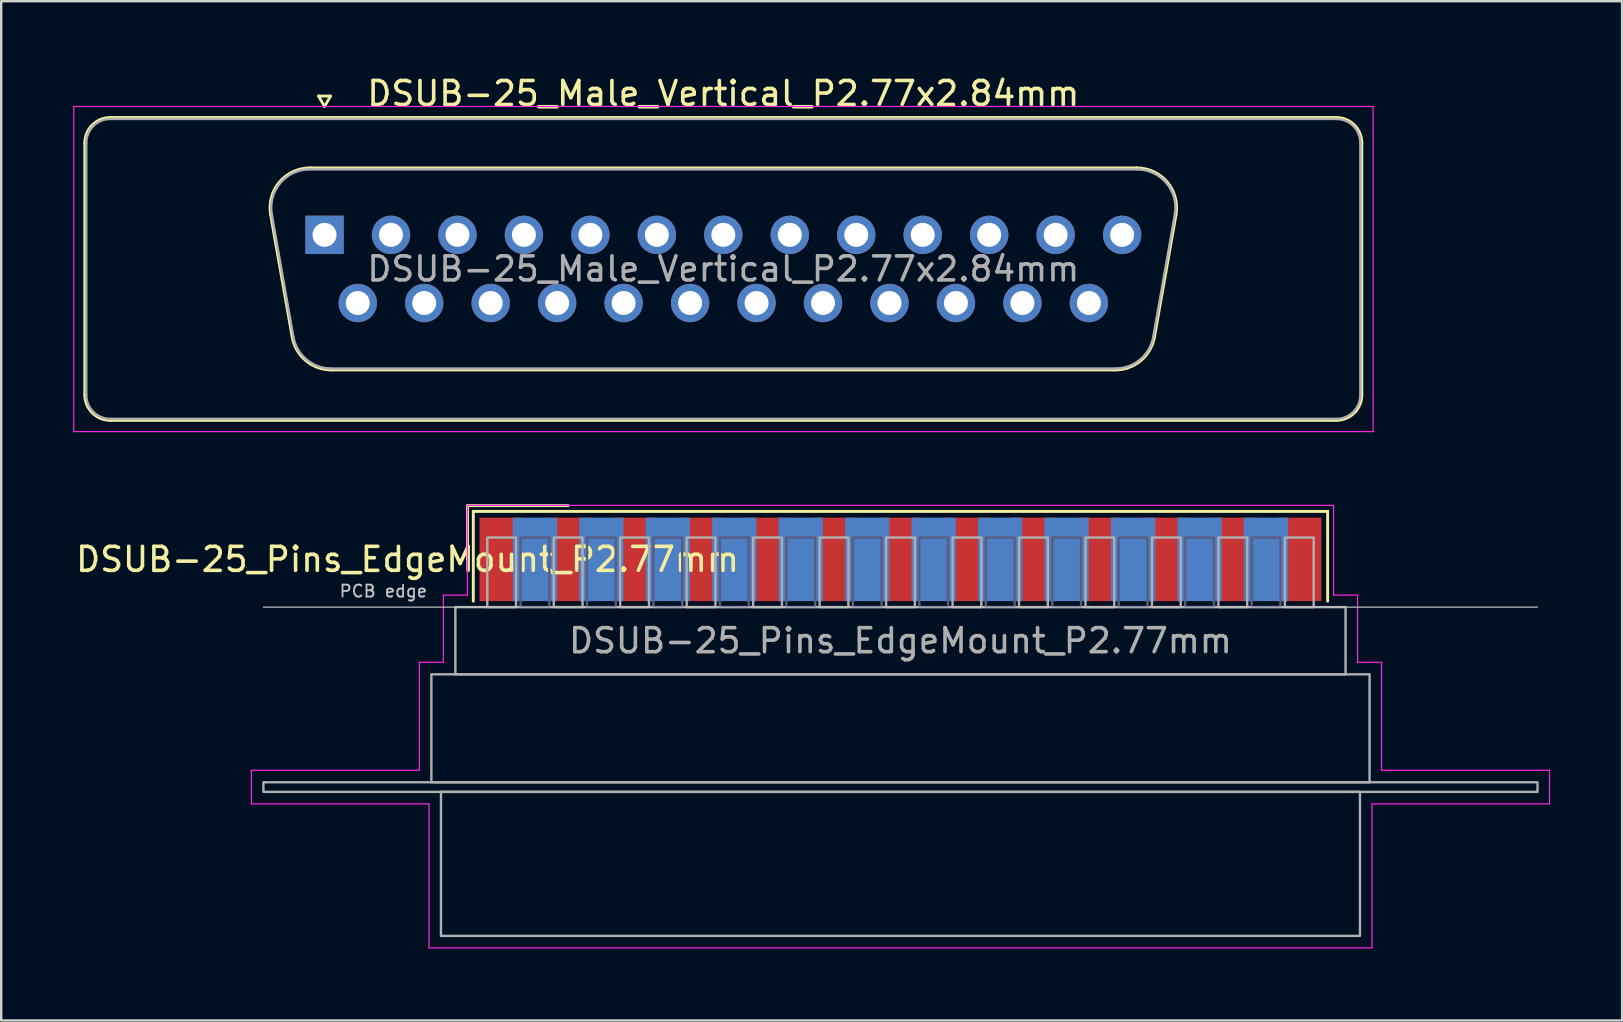
<source format=kicad_pcb>
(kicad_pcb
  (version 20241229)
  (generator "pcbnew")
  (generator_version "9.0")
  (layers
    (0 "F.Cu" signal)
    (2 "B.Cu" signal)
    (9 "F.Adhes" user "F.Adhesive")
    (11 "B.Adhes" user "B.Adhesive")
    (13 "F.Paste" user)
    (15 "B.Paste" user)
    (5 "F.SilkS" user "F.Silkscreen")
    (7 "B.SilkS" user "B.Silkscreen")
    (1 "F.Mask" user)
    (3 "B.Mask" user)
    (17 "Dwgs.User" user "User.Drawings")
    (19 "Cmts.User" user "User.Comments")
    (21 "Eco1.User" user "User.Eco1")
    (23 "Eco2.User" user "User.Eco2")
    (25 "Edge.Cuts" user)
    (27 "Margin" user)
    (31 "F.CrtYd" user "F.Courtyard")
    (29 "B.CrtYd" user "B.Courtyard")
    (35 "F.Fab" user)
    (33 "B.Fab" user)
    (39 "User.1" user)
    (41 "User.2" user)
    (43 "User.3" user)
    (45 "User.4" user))
  (footprint "DSUB-25_Male_Vertical_P2.77x2.84mm"
    (layer "F.Cu")
    (at 10.475 6.738)
    (property "Reference" "DSUB-25_Male_Vertical_P2.77x2.84mm" (at 16.62 -5.89 0) (layer "F.SilkS") (effects (font (size 1 1) (thickness 0.15))))
    (attr through_hole)
    (fp_line (start -9.99 6.67) (end -9.99 -3.83) (stroke (width 0.12) (type solid)) (layer "F.SilkS"))
    (fp_line (start -8.93 -4.89) (end 42.17 -4.89) (stroke (width 0.12) (type solid)) (layer "F.SilkS"))
    (fp_line (start -2.246 -0.842) (end -1.347 4.258) (stroke (width 0.12) (type solid)) (layer "F.SilkS"))
    (fp_line (start -0.612 -2.79) (end 33.852 -2.79) (stroke (width 0.12) (type solid)) (layer "F.SilkS"))
    (fp_line (start -0.25 -5.784) (end 0.25 -5.784) (stroke (width 0.12) (type solid)) (layer "F.SilkS"))
    (fp_line (start 0 -5.351) (end -0.25 -5.784) (stroke (width 0.12) (type solid)) (layer "F.SilkS"))
    (fp_line (start 0.25 -5.784) (end 0 -5.351) (stroke (width 0.12) (type solid)) (layer "F.SilkS"))
    (fp_line (start 0.288 5.63) (end 32.952 5.63) (stroke (width 0.12) (type solid)) (layer "F.SilkS"))
    (fp_line (start 35.486 -0.842) (end 34.587 4.258) (stroke (width 0.12) (type solid)) (layer "F.SilkS"))
    (fp_line (start 42.17 7.73) (end -8.93 7.73) (stroke (width 0.12) (type solid)) (layer "F.SilkS"))
    (fp_line (start 43.23 -3.83) (end 43.23 6.67) (stroke (width 0.12) (type solid)) (layer "F.SilkS"))
    (fp_arc (start -9.99 -3.83) (mid -9.679533 -4.579533) (end -8.93 -4.89) (stroke (width 0.12) (type solid)) (layer "F.SilkS"))
    (fp_arc (start -8.93 7.73) (mid -9.679533 7.419533) (end -9.99 6.67) (stroke (width 0.12) (type solid)) (layer "F.SilkS"))
    (fp_arc (start -2.24647 -0.841744) (mid -1.883323 -2.197028) (end -0.611689 -2.79) (stroke (width 0.12) (type solid)) (layer "F.SilkS"))
    (fp_arc (start 0.287579 5.63) (mid -0.779448 5.241634) (end -1.347202 4.258256) (stroke (width 0.12) (type solid)) (layer "F.SilkS"))
    (fp_arc (start 33.851689 -2.79) (mid 35.123323 -2.197027) (end 35.48647 -0.841744) (stroke (width 0.12) (type solid)) (layer "F.SilkS"))
    (fp_arc (start 34.587202 4.258256) (mid 34.019449 5.241634) (end 32.952421 5.63) (stroke (width 0.12) (type solid)) (layer "F.SilkS"))
    (fp_arc (start 42.17 -4.89) (mid 42.919533 -4.579533) (end 43.23 -3.83) (stroke (width 0.12) (type solid)) (layer "F.SilkS"))
    (fp_arc (start 43.23 6.67) (mid 42.919533 7.419533) (end 42.17 7.73) (stroke (width 0.12) (type solid)) (layer "F.SilkS"))
    (fp_line (start -10.45 -5.35) (end -10.45 8.2) (stroke (width 0.05) (type solid)) (layer "F.CrtYd"))
    (fp_line (start -10.45 8.2) (end 43.7 8.2) (stroke (width 0.05) (type solid)) (layer "F.CrtYd"))
    (fp_line (start 43.7 -5.35) (end -10.45 -5.35) (stroke (width 0.05) (type solid)) (layer "F.CrtYd"))
    (fp_line (start 43.7 8.2) (end 43.7 -5.35) (stroke (width 0.05) (type solid)) (layer "F.CrtYd"))
    (fp_line (start -9.93 6.67) (end -9.93 -3.83) (stroke (width 0.1) (type solid)) (layer "F.Fab"))
    (fp_line (start -8.93 -4.83) (end 42.17 -4.83) (stroke (width 0.1) (type solid)) (layer "F.Fab"))
    (fp_line (start -2.199 -0.852) (end -1.3 4.248) (stroke (width 0.1) (type solid)) (layer "F.Fab"))
    (fp_line (start -0.623 -2.73) (end 33.863 -2.73) (stroke (width 0.1) (type solid)) (layer "F.Fab"))
    (fp_line (start 0.276 5.57) (end 32.964 5.57) (stroke (width 0.1) (type solid)) (layer "F.Fab"))
    (fp_line (start 35.439 -0.852) (end 34.54 4.248) (stroke (width 0.1) (type solid)) (layer "F.Fab"))
    (fp_line (start 42.17 7.67) (end -8.93 7.67) (stroke (width 0.1) (type solid)) (layer "F.Fab"))
    (fp_line (start 43.17 -3.83) (end 43.17 6.67) (stroke (width 0.1) (type solid)) (layer "F.Fab"))
    (fp_arc (start -9.93 -3.83) (mid -9.637107 -4.537107) (end -8.93 -4.83) (stroke (width 0.1) (type solid)) (layer "F.Fab"))
    (fp_arc (start -8.93 7.67) (mid -9.637107 7.377107) (end -9.93 6.67) (stroke (width 0.1) (type solid)) (layer "F.Fab"))
    (fp_arc (start -2.198886 -0.852163) (mid -1.848865 -2.15846) (end -0.623194 -2.73) (stroke (width 0.1) (type solid)) (layer "F.Fab"))
    (fp_arc (start 0.276073 5.57) (mid -0.752387 5.195671) (end -1.299619 4.247837) (stroke (width 0.1) (type solid)) (layer "F.Fab"))
    (fp_arc (start 33.863194 -2.73) (mid 35.088865 -2.15846) (end 35.438886 -0.852163) (stroke (width 0.1) (type solid)) (layer "F.Fab"))
    (fp_arc (start 34.539619 4.247837) (mid 33.992387 5.195671) (end 32.963927 5.57) (stroke (width 0.1) (type solid)) (layer "F.Fab"))
    (fp_arc (start 42.17 -4.83) (mid 42.877107 -4.537107) (end 43.17 -3.83) (stroke (width 0.1) (type solid)) (layer "F.Fab"))
    (fp_arc (start 43.17 6.67) (mid 42.877107 7.377107) (end 42.17 7.67) (stroke (width 0.1) (type solid)) (layer "F.Fab"))
    (fp_text user "${REFERENCE}" (at 16.62 1.42 0) (layer "F.Fab") (effects (font (size 1 1) (thickness 0.15))))
    (pad "1" thru_hole rect (at 0 0) (size 1.6 1.6) (drill 1) (layers "*.Cu" "*.Mask"))
    (pad "2" thru_hole circle (at 2.77 0) (size 1.6 1.6) (drill 1) (layers "*.Cu" "*.Mask"))
    (pad "3" thru_hole circle (at 5.54 0) (size 1.6 1.6) (drill 1) (layers "*.Cu" "*.Mask"))
    (pad "4" thru_hole circle (at 8.31 0) (size 1.6 1.6) (drill 1) (layers "*.Cu" "*.Mask"))
    (pad "5" thru_hole circle (at 11.08 0) (size 1.6 1.6) (drill 1) (layers "*.Cu" "*.Mask"))
    (pad "6" thru_hole circle (at 13.85 0) (size 1.6 1.6) (drill 1) (layers "*.Cu" "*.Mask"))
    (pad "7" thru_hole circle (at 16.62 0) (size 1.6 1.6) (drill 1) (layers "*.Cu" "*.Mask"))
    (pad "8" thru_hole circle (at 19.39 0) (size 1.6 1.6) (drill 1) (layers "*.Cu" "*.Mask"))
    (pad "9" thru_hole circle (at 22.16 0) (size 1.6 1.6) (drill 1) (layers "*.Cu" "*.Mask"))
    (pad "10" thru_hole circle (at 24.93 0) (size 1.6 1.6) (drill 1) (layers "*.Cu" "*.Mask"))
    (pad "11" thru_hole circle (at 27.7 0) (size 1.6 1.6) (drill 1) (layers "*.Cu" "*.Mask"))
    (pad "12" thru_hole circle (at 30.47 0) (size 1.6 1.6) (drill 1) (layers "*.Cu" "*.Mask"))
    (pad "13" thru_hole circle (at 33.24 0) (size 1.6 1.6) (drill 1) (layers "*.Cu" "*.Mask"))
    (pad "14" thru_hole circle (at 1.385 2.84) (size 1.6 1.6) (drill 1) (layers "*.Cu" "*.Mask"))
    (pad "15" thru_hole circle (at 4.155 2.84) (size 1.6 1.6) (drill 1) (layers "*.Cu" "*.Mask"))
    (pad "16" thru_hole circle (at 6.925 2.84) (size 1.6 1.6) (drill 1) (layers "*.Cu" "*.Mask"))
    (pad "17" thru_hole circle (at 9.695 2.84) (size 1.6 1.6) (drill 1) (layers "*.Cu" "*.Mask"))
    (pad "18" thru_hole circle (at 12.465 2.84) (size 1.6 1.6) (drill 1) (layers "*.Cu" "*.Mask"))
    (pad "19" thru_hole circle (at 15.235 2.84) (size 1.6 1.6) (drill 1) (layers "*.Cu" "*.Mask"))
    (pad "20" thru_hole circle (at 18.005 2.84) (size 1.6 1.6) (drill 1) (layers "*.Cu" "*.Mask"))
    (pad "21" thru_hole circle (at 20.775 2.84) (size 1.6 1.6) (drill 1) (layers "*.Cu" "*.Mask"))
    (pad "22" thru_hole circle (at 23.545 2.84) (size 1.6 1.6) (drill 1) (layers "*.Cu" "*.Mask"))
    (pad "23" thru_hole circle (at 26.315 2.84) (size 1.6 1.6) (drill 1) (layers "*.Cu" "*.Mask"))
    (pad "24" thru_hole circle (at 29.085 2.84) (size 1.6 1.6) (drill 1) (layers "*.Cu" "*.Mask"))
    (pad "25" thru_hole circle (at 31.855 2.84) (size 1.6 1.6) (drill 1) (layers "*.Cu" "*.Mask")))
  (footprint "DSUB-25_Pins_EdgeMount_P2.77mm"
    (layer "F.Cu")
    (at 34.478 20.263)
    (property "Reference" "DSUB-25_Pins_EdgeMount_P2.77mm" (at -20.543 0 0) (layer "F.SilkS") (effects (font (size 1 1) (thickness 0.15))))
    (attr smd)
    (fp_line (start -18.043 -2.24) (end -13.85 -2.24) (stroke (width 0.12) (type solid)) (layer "F.SilkS"))
    (fp_line (start -18.043 0) (end -18.043 -2.24) (stroke (width 0.12) (type solid)) (layer "F.SilkS"))
    (fp_line (start -17.803 -2) (end -17.803 1.74) (stroke (width 0.12) (type solid)) (layer "F.SilkS"))
    (fp_line (start 17.803 -2) (end -17.803 -2) (stroke (width 0.12) (type solid)) (layer "F.SilkS"))
    (fp_line (start 17.803 1.74) (end 17.803 -2) (stroke (width 0.12) (type solid)) (layer "F.SilkS"))
    (fp_line (start -26.55 1.99) (end 26.55 1.99) (stroke (width 0.05) (type solid)) (layer "Dwgs.User"))
    (fp_line (start -27.05 8.79) (end -20.05 8.79) (stroke (width 0.05) (type solid)) (layer "F.CrtYd"))
    (fp_line (start -27.05 10.19) (end -27.05 8.79) (stroke (width 0.05) (type solid)) (layer "F.CrtYd"))
    (fp_line (start -20.05 4.29) (end -19.05 4.29) (stroke (width 0.05) (type solid)) (layer "F.CrtYd"))
    (fp_line (start -20.05 8.79) (end -20.05 4.29) (stroke (width 0.05) (type solid)) (layer "F.CrtYd"))
    (fp_line (start -19.65 10.19) (end -27.05 10.19) (stroke (width 0.05) (type solid)) (layer "F.CrtYd"))
    (fp_line (start -19.65 16.19) (end -19.65 10.19) (stroke (width 0.05) (type solid)) (layer "F.CrtYd"))
    (fp_line (start -19.05 1.49) (end -18.05 1.49) (stroke (width 0.05) (type solid)) (layer "F.CrtYd"))
    (fp_line (start -19.05 4.29) (end -19.05 1.49) (stroke (width 0.05) (type solid)) (layer "F.CrtYd"))
    (fp_line (start -18.05 -2.25) (end 18.05 -2.25) (stroke (width 0.05) (type solid)) (layer "F.CrtYd"))
    (fp_line (start -18.05 1.49) (end -18.05 -2.25) (stroke (width 0.05) (type solid)) (layer "F.CrtYd"))
    (fp_line (start 18.05 -2.25) (end 18.05 1.49) (stroke (width 0.05) (type solid)) (layer "F.CrtYd"))
    (fp_line (start 18.05 1.49) (end 19.05 1.49) (stroke (width 0.05) (type solid)) (layer "F.CrtYd"))
    (fp_line (start 19.05 1.49) (end 19.05 4.29) (stroke (width 0.05) (type solid)) (layer "F.CrtYd"))
    (fp_line (start 19.05 4.29) (end 20.05 4.29) (stroke (width 0.05) (type solid)) (layer "F.CrtYd"))
    (fp_line (start 19.65 10.19) (end 19.65 16.19) (stroke (width 0.05) (type solid)) (layer "F.CrtYd"))
    (fp_line (start 19.65 16.19) (end -19.65 16.19) (stroke (width 0.05) (type solid)) (layer "F.CrtYd"))
    (fp_line (start 20.05 4.29) (end 20.05 8.79) (stroke (width 0.05) (type solid)) (layer "F.CrtYd"))
    (fp_line (start 20.05 8.79) (end 27.05 8.79) (stroke (width 0.05) (type solid)) (layer "F.CrtYd"))
    (fp_line (start 27.05 8.79) (end 27.05 10.19) (stroke (width 0.05) (type solid)) (layer "F.CrtYd"))
    (fp_line (start 27.05 10.19) (end 19.65 10.19) (stroke (width 0.05) (type solid)) (layer "F.CrtYd"))
    (fp_rect (start -15.835 -0.91) (end -14.635 1.99) (stroke (width 0.1) (type solid)) (fill no) (layer "B.Fab"))
    (fp_rect (start -13.065 -0.91) (end -11.865 1.99) (stroke (width 0.1) (type solid)) (fill no) (layer "B.Fab"))
    (fp_rect (start -10.295 -0.91) (end -9.095 1.99) (stroke (width 0.1) (type solid)) (fill no) (layer "B.Fab"))
    (fp_rect (start -7.525 -0.91) (end -6.325 1.99) (stroke (width 0.1) (type solid)) (fill no) (layer "B.Fab"))
    (fp_rect (start -4.755 -0.91) (end -3.555 1.99) (stroke (width 0.1) (type solid)) (fill no) (layer "B.Fab"))
    (fp_rect (start -1.985 -0.91) (end -0.785 1.99) (stroke (width 0.1) (type solid)) (fill no) (layer "B.Fab"))
    (fp_rect (start 0.785 -0.91) (end 1.985 1.99) (stroke (width 0.1) (type solid)) (fill no) (layer "B.Fab"))
    (fp_rect (start 3.555 -0.91) (end 4.755 1.99) (stroke (width 0.1) (type solid)) (fill no) (layer "B.Fab"))
    (fp_rect (start 6.325 -0.91) (end 7.525 1.99) (stroke (width 0.1) (type solid)) (fill no) (layer "B.Fab"))
    (fp_rect (start 9.095 -0.91) (end 10.295 1.99) (stroke (width 0.1) (type solid)) (fill no) (layer "B.Fab"))
    (fp_rect (start 11.865 -0.91) (end 13.065 1.99) (stroke (width 0.1) (type solid)) (fill no) (layer "B.Fab"))
    (fp_rect (start 14.635 -0.91) (end 15.835 1.99) (stroke (width 0.1) (type solid)) (fill no) (layer "B.Fab"))
    (fp_rect (start -26.55 9.29) (end 26.55 9.69) (stroke (width 0.1) (type solid)) (fill no) (layer "F.Fab"))
    (fp_rect (start -19.55 4.79) (end 19.55 9.29) (stroke (width 0.1) (type solid)) (fill no) (layer "F.Fab"))
    (fp_rect (start -19.15 9.69) (end 19.15 15.69) (stroke (width 0.1) (type solid)) (fill no) (layer "F.Fab"))
    (fp_rect (start -18.55 1.99) (end 18.55 4.79) (stroke (width 0.1) (type solid)) (fill no) (layer "F.Fab"))
    (fp_rect (start -17.22 -0.91) (end -16.02 1.99) (stroke (width 0.1) (type solid)) (fill no) (layer "F.Fab"))
    (fp_rect (start -14.45 -0.91) (end -13.25 1.99) (stroke (width 0.1) (type solid)) (fill no) (layer "F.Fab"))
    (fp_rect (start -11.68 -0.91) (end -10.48 1.99) (stroke (width 0.1) (type solid)) (fill no) (layer "F.Fab"))
    (fp_rect (start -8.91 -0.91) (end -7.71 1.99) (stroke (width 0.1) (type solid)) (fill no) (layer "F.Fab"))
    (fp_rect (start -6.14 -0.91) (end -4.94 1.99) (stroke (width 0.1) (type solid)) (fill no) (layer "F.Fab"))
    (fp_rect (start -3.37 -0.91) (end -2.17 1.99) (stroke (width 0.1) (type solid)) (fill no) (layer "F.Fab"))
    (fp_rect (start -0.6 -0.91) (end 0.6 1.99) (stroke (width 0.1) (type solid)) (fill no) (layer "F.Fab"))
    (fp_rect (start 2.17 -0.91) (end 3.37 1.99) (stroke (width 0.1) (type solid)) (fill no) (layer "F.Fab"))
    (fp_rect (start 4.94 -0.91) (end 6.14 1.99) (stroke (width 0.1) (type solid)) (fill no) (layer "F.Fab"))
    (fp_rect (start 7.71 -0.91) (end 8.91 1.99) (stroke (width 0.1) (type solid)) (fill no) (layer "F.Fab"))
    (fp_rect (start 10.48 -0.91) (end 11.68 1.99) (stroke (width 0.1) (type solid)) (fill no) (layer "F.Fab"))
    (fp_rect (start 13.25 -0.91) (end 14.45 1.99) (stroke (width 0.1) (type solid)) (fill no) (layer "F.Fab"))
    (fp_rect (start 16.02 -0.91) (end 17.22 1.99) (stroke (width 0.1) (type solid)) (fill no) (layer "F.Fab"))
    (fp_text user "PCB edge" (at -21.55 1.323 0) (layer "Dwgs.User") (effects (font (size 0.5 0.5) (thickness 0.075))))
    (fp_text user "${REFERENCE}" (at 0 3.39 0) (layer "F.Fab") (effects (font (size 1 1) (thickness 0.15))))
    (pad "1" smd rect (at -16.62 0) (size 1.847 3.48) (layers "F.Cu" "F.Mask" "F.Paste"))
    (pad "2" smd rect (at -13.85 0) (size 1.847 3.48) (layers "F.Cu" "F.Mask" "F.Paste"))
    (pad "3" smd rect (at -11.08 0) (size 1.847 3.48) (layers "F.Cu" "F.Mask" "F.Paste"))
    (pad "4" smd rect (at -8.31 0) (size 1.847 3.48) (layers "F.Cu" "F.Mask" "F.Paste"))
    (pad "5" smd rect (at -5.54 0) (size 1.847 3.48) (layers "F.Cu" "F.Mask" "F.Paste"))
    (pad "6" smd rect (at -2.77 0) (size 1.847 3.48) (layers "F.Cu" "F.Mask" "F.Paste"))
    (pad "7" smd rect (at 0 0) (size 1.847 3.48) (layers "F.Cu" "F.Mask" "F.Paste"))
    (pad "8" smd rect (at 2.77 0) (size 1.847 3.48) (layers "F.Cu" "F.Mask" "F.Paste"))
    (pad "9" smd rect (at 5.54 0) (size 1.847 3.48) (layers "F.Cu" "F.Mask" "F.Paste"))
    (pad "10" smd rect (at 8.31 0) (size 1.847 3.48) (layers "F.Cu" "F.Mask" "F.Paste"))
    (pad "11" smd rect (at 11.08 0) (size 1.847 3.48) (layers "F.Cu" "F.Mask" "F.Paste"))
    (pad "12" smd rect (at 13.85 0) (size 1.847 3.48) (layers "F.Cu" "F.Mask" "F.Paste"))
    (pad "13" smd rect (at 16.62 0) (size 1.847 3.48) (layers "F.Cu" "F.Mask" "F.Paste"))
    (pad "14" smd rect (at -15.235 0) (size 1.847 3.48) (layers "B.Cu" "B.Mask" "B.Paste"))
    (pad "15" smd rect (at -12.465 0) (size 1.847 3.48) (layers "B.Cu" "B.Mask" "B.Paste"))
    (pad "16" smd rect (at -9.695 0) (size 1.847 3.48) (layers "B.Cu" "B.Mask" "B.Paste"))
    (pad "17" smd rect (at -6.925 0) (size 1.847 3.48) (layers "B.Cu" "B.Mask" "B.Paste"))
    (pad "18" smd rect (at -4.155 0) (size 1.847 3.48) (layers "B.Cu" "B.Mask" "B.Paste"))
    (pad "19" smd rect (at -1.385 0) (size 1.847 3.48) (layers "B.Cu" "B.Mask" "B.Paste"))
    (pad "20" smd rect (at 1.385 0) (size 1.847 3.48) (layers "B.Cu" "B.Mask" "B.Paste"))
    (pad "21" smd rect (at 4.155 0) (size 1.847 3.48) (layers "B.Cu" "B.Mask" "B.Paste"))
    (pad "22" smd rect (at 6.925 0) (size 1.847 3.48) (layers "B.Cu" "B.Mask" "B.Paste"))
    (pad "23" smd rect (at 9.695 0) (size 1.847 3.48) (layers "B.Cu" "B.Mask" "B.Paste"))
    (pad "24" smd rect (at 12.465 0) (size 1.847 3.48) (layers "B.Cu" "B.Mask" "B.Paste"))
    (pad "25" smd rect (at 15.235 0) (size 1.847 3.48) (layers "B.Cu" "B.Mask" "B.Paste")))
  (gr_rect
    (start -3 -3)
    (end 64.553 39.478)
    (stroke (width 0.1) (type default))
    (fill no)
    (layer "Edge.Cuts")))
</source>
